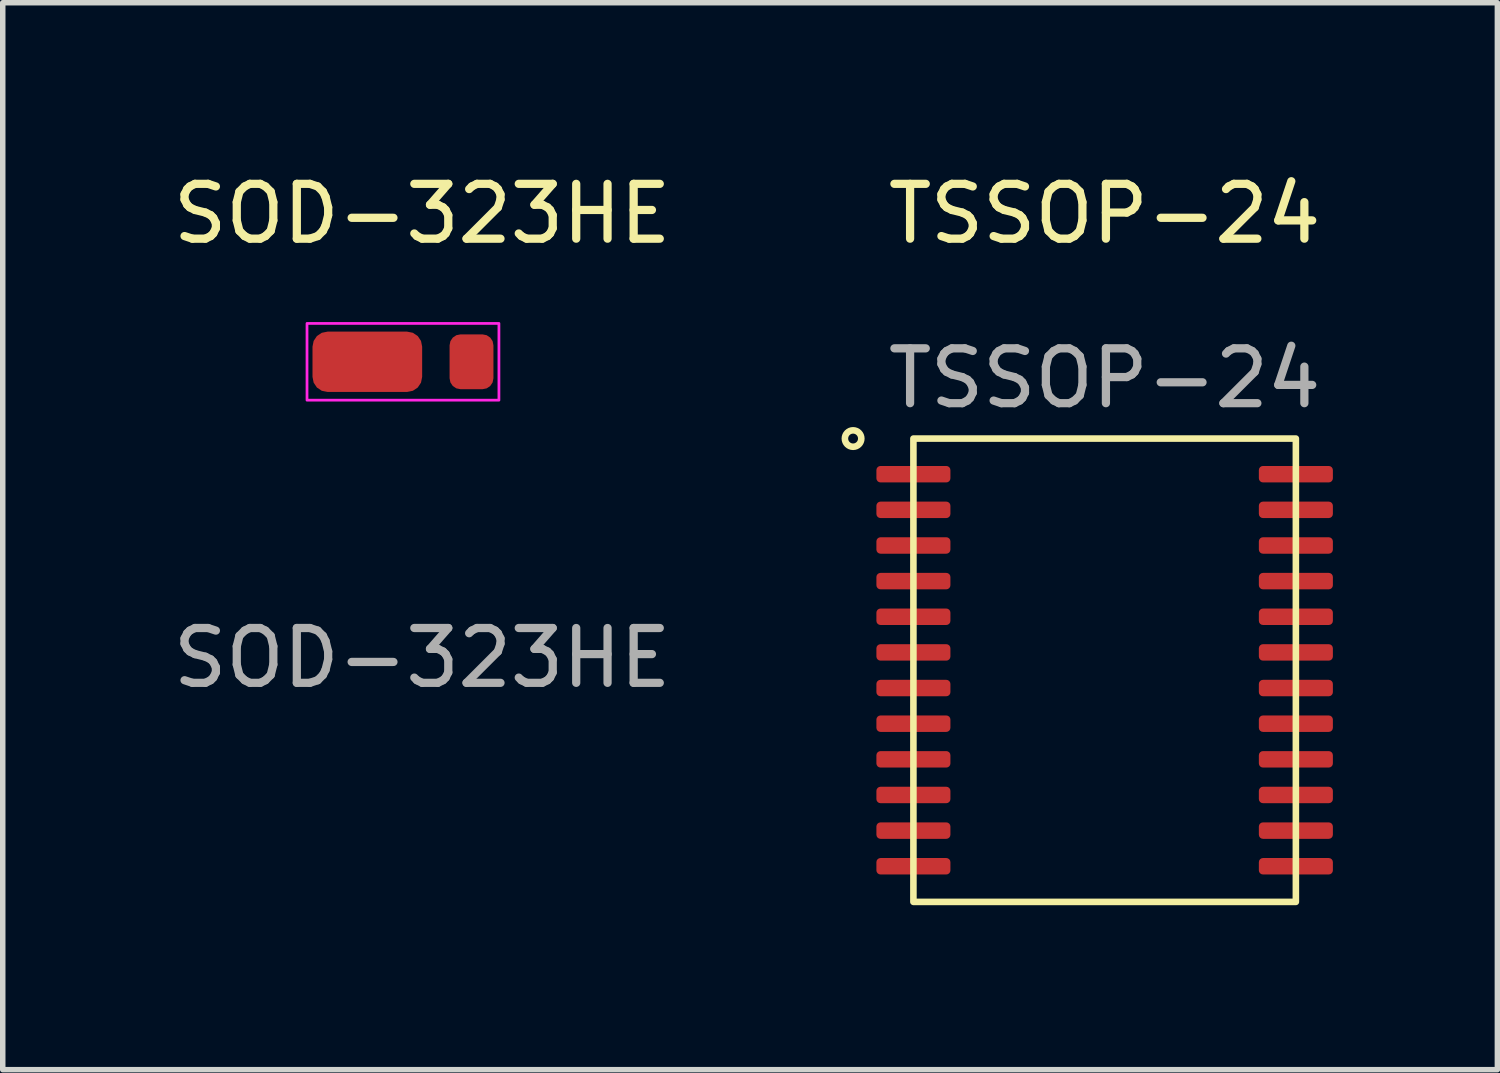
<source format=kicad_pcb>
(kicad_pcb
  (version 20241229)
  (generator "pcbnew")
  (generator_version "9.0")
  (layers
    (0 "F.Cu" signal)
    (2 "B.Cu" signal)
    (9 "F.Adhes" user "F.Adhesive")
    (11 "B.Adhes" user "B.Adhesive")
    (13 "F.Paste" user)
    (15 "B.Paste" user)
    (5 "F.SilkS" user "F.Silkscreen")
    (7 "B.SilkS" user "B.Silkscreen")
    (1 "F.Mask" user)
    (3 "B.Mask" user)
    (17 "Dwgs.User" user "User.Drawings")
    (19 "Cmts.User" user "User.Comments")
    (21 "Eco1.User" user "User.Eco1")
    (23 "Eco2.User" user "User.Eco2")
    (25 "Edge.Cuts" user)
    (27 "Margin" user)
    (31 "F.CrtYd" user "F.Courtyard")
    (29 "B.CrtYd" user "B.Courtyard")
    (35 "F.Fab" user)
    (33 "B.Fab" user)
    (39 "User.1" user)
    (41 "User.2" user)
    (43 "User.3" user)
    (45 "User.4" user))
  (footprint "SOD-323HE"
    (layer "F.Cu")
    (at 4.649 3.548)
    (property "Reference" "SOD-323HE" (at 0 -2.7 0) (unlocked yes) (layer "F.SilkS") (effects (font (size 1 1) (thickness 0.15))))
    (attr smd)
    (fp_rect (start -2.1 -0.7) (end 1.4 0.7) (stroke (width 0.05) (type solid)) (fill no) (layer "F.CrtYd"))
    (fp_text user "${REFERENCE}" (at 0 5.4 0) (unlocked yes) (layer "F.Fab") (effects (font (size 1 1) (thickness 0.15))))
    (pad "1" smd roundrect (at -1 0) (size 2 1.1) (layers "F.Cu" "F.Mask" "F.Paste") (roundrect_rratio 0.25))
    (pad "2" smd roundrect (at 0.9 0) (size 0.8 1) (layers "F.Cu" "F.Mask" "F.Paste") (roundrect_rratio 0.25)))
  (footprint "TSSOP-24"
    (layer "F.Cu")
    (at 13.608 5.598)
    (property "Reference" "TSSOP-24" (at 3.487 -4.75 0) (unlocked yes) (layer "F.SilkS") (effects (font (size 1 1) (thickness 0.15))))
    (attr smd)
    (fp_rect (start 0 -0.65) (end 6.975 7.8) (stroke (width 0.12) (type solid)) (fill no) (layer "F.SilkS"))
    (fp_circle (center -1.1 -0.65) (end -1.1 -0.8) (stroke (width 0.12) (type solid)) (fill no) (layer "F.SilkS"))
    (fp_text user "${REFERENCE}" (at 3.487 -1.75 0) (unlocked yes) (layer "F.Fab") (effects (font (size 1 1) (thickness 0.15))))
    (pad "1" smd roundrect (at 0 0) (size 1.35 0.3) (layers "F.Cu" "F.Mask" "F.Paste") (roundrect_rratio 0.25))
    (pad "2" smd roundrect (at 0 0.65) (size 1.35 0.3) (layers "F.Cu" "F.Mask" "F.Paste") (roundrect_rratio 0.25))
    (pad "3" smd roundrect (at 0 1.3) (size 1.35 0.3) (layers "F.Cu" "F.Mask" "F.Paste") (roundrect_rratio 0.25))
    (pad "4" smd roundrect (at 0 1.95) (size 1.35 0.3) (layers "F.Cu" "F.Mask" "F.Paste") (roundrect_rratio 0.25))
    (pad "5" smd roundrect (at 0 2.6) (size 1.35 0.3) (layers "F.Cu" "F.Mask" "F.Paste") (roundrect_rratio 0.25))
    (pad "6" smd roundrect (at 0 3.25) (size 1.35 0.3) (layers "F.Cu" "F.Mask" "F.Paste") (roundrect_rratio 0.25))
    (pad "7" smd roundrect (at 0 3.9) (size 1.35 0.3) (layers "F.Cu" "F.Mask" "F.Paste") (roundrect_rratio 0.25))
    (pad "8" smd roundrect (at 0 4.55) (size 1.35 0.3) (layers "F.Cu" "F.Mask" "F.Paste") (roundrect_rratio 0.25))
    (pad "9" smd roundrect (at 0 5.2) (size 1.35 0.3) (layers "F.Cu" "F.Mask" "F.Paste") (roundrect_rratio 0.25))
    (pad "10" smd roundrect (at 0 5.85) (size 1.35 0.3) (layers "F.Cu" "F.Mask" "F.Paste") (roundrect_rratio 0.25))
    (pad "11" smd roundrect (at 0 6.5) (size 1.35 0.3) (layers "F.Cu" "F.Mask" "F.Paste") (roundrect_rratio 0.25))
    (pad "12" smd roundrect (at 0 7.15) (size 1.35 0.3) (layers "F.Cu" "F.Mask" "F.Paste") (roundrect_rratio 0.25))
    (pad "13" smd roundrect (at 6.975 7.15) (size 1.35 0.3) (layers "F.Cu" "F.Mask" "F.Paste") (roundrect_rratio 0.25))
    (pad "14" smd roundrect (at 6.975 6.5) (size 1.35 0.3) (layers "F.Cu" "F.Mask" "F.Paste") (roundrect_rratio 0.25))
    (pad "15" smd roundrect (at 6.975 5.85) (size 1.35 0.3) (layers "F.Cu" "F.Mask" "F.Paste") (roundrect_rratio 0.25))
    (pad "16" smd roundrect (at 6.975 5.2) (size 1.35 0.3) (layers "F.Cu" "F.Mask" "F.Paste") (roundrect_rratio 0.25))
    (pad "17" smd roundrect (at 6.975 4.55) (size 1.35 0.3) (layers "F.Cu" "F.Mask" "F.Paste") (roundrect_rratio 0.25))
    (pad "18" smd roundrect (at 6.975 3.9) (size 1.35 0.3) (layers "F.Cu" "F.Mask" "F.Paste") (roundrect_rratio 0.25))
    (pad "19" smd roundrect (at 6.975 3.25) (size 1.35 0.3) (layers "F.Cu" "F.Mask" "F.Paste") (roundrect_rratio 0.25))
    (pad "20" smd roundrect (at 6.975 2.6) (size 1.35 0.3) (layers "F.Cu" "F.Mask" "F.Paste") (roundrect_rratio 0.25))
    (pad "21" smd roundrect (at 6.975 1.95) (size 1.35 0.3) (layers "F.Cu" "F.Mask" "F.Paste") (roundrect_rratio 0.25))
    (pad "22" smd roundrect (at 6.975 1.3) (size 1.35 0.3) (layers "F.Cu" "F.Mask" "F.Paste") (roundrect_rratio 0.25))
    (pad "23" smd roundrect (at 6.975 0.65) (size 1.35 0.3) (layers "F.Cu" "F.Mask" "F.Paste") (roundrect_rratio 0.25))
    (pad "24" smd roundrect (at 6.975 0) (size 1.35 0.3) (layers "F.Cu" "F.Mask" "F.Paste") (roundrect_rratio 0.25)))
  (gr_rect
    (start -3 -3)
    (end 24.258 16.458)
    (stroke (width 0.1) (type default))
    (fill no)
    (layer "Edge.Cuts")))
</source>
